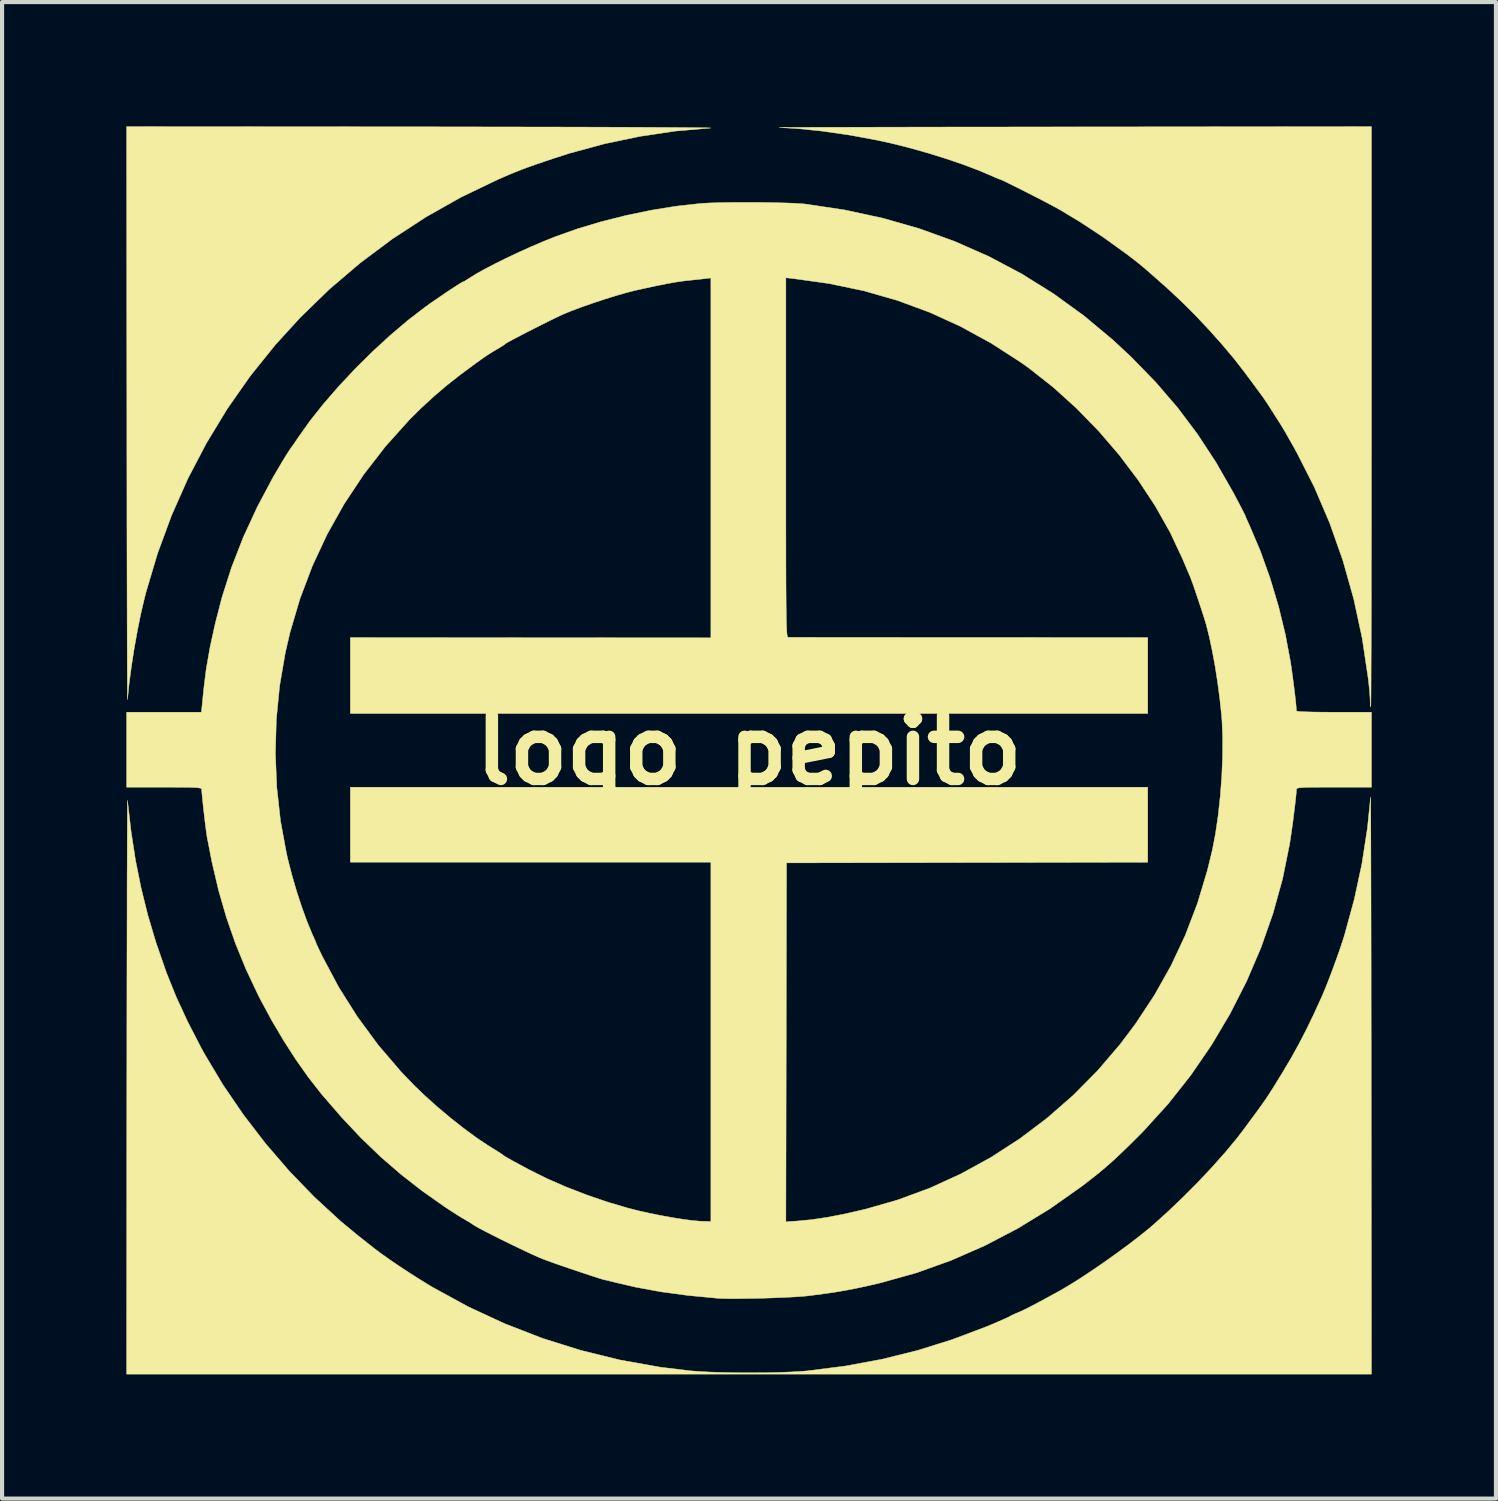
<source format=kicad_pcb>
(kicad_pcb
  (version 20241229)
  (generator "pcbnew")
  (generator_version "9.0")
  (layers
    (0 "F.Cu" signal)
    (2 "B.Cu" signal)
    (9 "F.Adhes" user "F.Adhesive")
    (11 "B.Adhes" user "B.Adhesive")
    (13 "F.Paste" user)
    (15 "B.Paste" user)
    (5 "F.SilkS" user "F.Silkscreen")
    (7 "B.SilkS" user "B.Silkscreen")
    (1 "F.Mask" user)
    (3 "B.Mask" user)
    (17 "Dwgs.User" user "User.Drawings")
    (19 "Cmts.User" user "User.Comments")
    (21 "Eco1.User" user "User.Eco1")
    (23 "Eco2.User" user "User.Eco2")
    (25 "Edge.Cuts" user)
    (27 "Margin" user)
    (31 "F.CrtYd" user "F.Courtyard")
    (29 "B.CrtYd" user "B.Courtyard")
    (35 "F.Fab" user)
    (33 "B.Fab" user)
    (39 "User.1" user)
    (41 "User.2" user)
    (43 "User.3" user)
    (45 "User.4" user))
  (footprint "logo pepito"
    (layer "F.Cu")
    (at 15.023 15.055)
    (property "Reference" "logo pepito" (at 0 0 0) (layer "F.SilkS") (effects (font (size 1.524 1.524) (thickness 0.3))))
    (attr through_hole)
    (fp_poly (pts (xy -7.755 -15.045) (xy -7.087 -15.044) (xy -6.439 -15.043) (xy -5.814 -15.042) (xy -5.215 -15.041) (xy -4.644 -15.04) (xy -4.104 -15.039) (xy -3.596 -15.037) (xy -3.125 -15.036) (xy -2.692 -15.034) (xy -2.3 -15.032) (xy -1.952 -15.03) (xy -1.65 -15.028) (xy -1.397 -15.026) (xy -1.195 -15.024) (xy -1.047 -15.022) (xy -0.955 -15.019) (xy -0.923 -15.017) (xy -0.937 -15.015) (xy -1.78 -14.942) (xy -2.636 -14.814) (xy -3.491 -14.635) (xy -4.33 -14.407) (xy -4.698 -14.289) (xy -4.958 -14.201) (xy -5.17 -14.129) (xy -5.347 -14.066) (xy -5.502 -14.008) (xy -5.648 -13.95) (xy -5.798 -13.888) (xy -5.963 -13.817) (xy -6.079 -13.766) (xy -6.951 -13.346) (xy -7.795 -12.87) (xy -8.607 -12.34) (xy -9.384 -11.759) (xy -10.123 -11.129) (xy -10.822 -10.451) (xy -11.435 -9.779) (xy -12.039 -9.027) (xy -12.591 -8.238) (xy -13.092 -7.413) (xy -13.54 -6.557) (xy -13.933 -5.67) (xy -14.27 -4.756) (xy -14.55 -3.817) (xy -14.589 -3.664) (xy -14.675 -3.299) (xy -14.757 -2.892) (xy -14.834 -2.465) (xy -14.901 -2.036) (xy -14.956 -1.625) (xy -14.994 -1.254) (xy -14.997 -1.222) (xy -14.998 -1.242) (xy -14.999 -1.321) (xy -15 -1.459) (xy -15.001 -1.652) (xy -15.002 -1.897) (xy -15.003 -2.192) (xy -15.004 -2.533) (xy -15.005 -2.918) (xy -15.006 -3.345) (xy -15.007 -3.81) (xy -15.008 -4.31) (xy -15.009 -4.843) (xy -15.01 -5.406) (xy -15.01 -5.996) (xy -15.011 -6.61) (xy -15.012 -7.246) (xy -15.012 -7.9) (xy -15.012 -8.072) (xy -15.018 -15.05) (xy -7.755 -15.045)) (stroke (width 0.01) (type solid)) (fill yes) (layer "F.SilkS"))
    (fp_poly (pts (xy 15.018 -8.049) (xy 15.018 -7.387) (xy 15.017 -6.742) (xy 15.017 -6.116) (xy 15.017 -5.514) (xy 15.016 -4.937) (xy 15.015 -4.389) (xy 15.015 -3.871) (xy 15.014 -3.388) (xy 15.013 -2.942) (xy 15.012 -2.536) (xy 15.01 -2.173) (xy 15.009 -1.855) (xy 15.008 -1.585) (xy 15.007 -1.367) (xy 15.005 -1.203) (xy 15.004 -1.097) (xy 15.002 -1.05) (xy 15.002 -1.048) (xy 14.993 -1.076) (xy 14.987 -1.149) (xy 14.986 -1.199) (xy 14.982 -1.291) (xy 14.971 -1.428) (xy 14.956 -1.588) (xy 14.94 -1.73) (xy 14.795 -2.7) (xy 14.591 -3.65) (xy 14.329 -4.579) (xy 14.011 -5.482) (xy 13.636 -6.359) (xy 13.206 -7.205) (xy 13.178 -7.256) (xy 13.082 -7.427) (xy 12.988 -7.591) (xy 12.905 -7.735) (xy 12.839 -7.845) (xy 12.811 -7.89) (xy 12.737 -8.005) (xy 12.651 -8.141) (xy 12.589 -8.239) (xy 12.507 -8.367) (xy 12.415 -8.502) (xy 12.353 -8.588) (xy 12.29 -8.674) (xy 12.2 -8.795) (xy 12.095 -8.938) (xy 11.984 -9.087) (xy 11.961 -9.118) (xy 11.709 -9.443) (xy 11.417 -9.79) (xy 11.1 -10.146) (xy 10.77 -10.496) (xy 10.44 -10.826) (xy 10.128 -11.117) (xy 9.924 -11.299) (xy 9.758 -11.446) (xy 9.621 -11.566) (xy 9.504 -11.666) (xy 9.397 -11.754) (xy 9.292 -11.837) (xy 9.179 -11.924) (xy 9.096 -11.986) (xy 8.538 -12.388) (xy 7.992 -12.748) (xy 7.509 -13.039) (xy 7.414 -13.092) (xy 7.283 -13.162) (xy 7.127 -13.244) (xy 6.954 -13.334) (xy 6.774 -13.426) (xy 6.595 -13.517) (xy 6.427 -13.601) (xy 6.28 -13.674) (xy 6.162 -13.732) (xy 6.082 -13.768) (xy 6.051 -13.78) (xy 6.016 -13.792) (xy 5.94 -13.823) (xy 5.867 -13.856) (xy 5.534 -13.997) (xy 5.152 -14.141) (xy 4.736 -14.282) (xy 4.301 -14.417) (xy 3.86 -14.541) (xy 3.429 -14.649) (xy 3.064 -14.728) (xy 2.399 -14.85) (xy 1.767 -14.941) (xy 1.176 -15.002) (xy 0.73 -15.028) (xy 0.739 -15.029) (xy 0.809 -15.03) (xy 0.937 -15.031) (xy 1.12 -15.032) (xy 1.357 -15.033) (xy 1.643 -15.034) (xy 1.976 -15.035) (xy 2.355 -15.035) (xy 2.775 -15.036) (xy 3.234 -15.037) (xy 3.73 -15.038) (xy 4.261 -15.039) (xy 4.822 -15.04) (xy 5.412 -15.041) (xy 6.027 -15.041) (xy 6.666 -15.042) (xy 7.326 -15.043) (xy 7.755 -15.043) (xy 15.018 -15.05) (xy 15.018 -8.049)) (stroke (width 0.01) (type solid)) (fill yes) (layer "F.SilkS"))
    (fp_poly (pts (xy 14.998 1.146) (xy 14.999 1.226) (xy 15 1.364) (xy 15.001 1.557) (xy 15.002 1.802) (xy 15.003 2.097) (xy 15.004 2.439) (xy 15.005 2.824) (xy 15.006 3.251) (xy 15.007 3.716) (xy 15.008 4.217) (xy 15.009 4.751) (xy 15.01 5.314) (xy 15.01 5.905) (xy 15.011 6.52) (xy 15.012 7.157) (xy 15.012 7.813) (xy 15.012 8.025) (xy 15.018 15.05) (xy -15.018 15.05) (xy -15.013 8.072) (xy -15.012 7.413) (xy -15.012 6.772) (xy -15.011 6.151) (xy -15.01 5.554) (xy -15.009 4.983) (xy -15.008 4.442) (xy -15.007 3.932) (xy -15.007 3.457) (xy -15.006 3.019) (xy -15.004 2.622) (xy -15.003 2.268) (xy -15.002 1.959) (xy -15.001 1.7) (xy -15 1.492) (xy -14.999 1.339) (xy -14.998 1.242) (xy -14.997 1.206) (xy -14.997 1.206) (xy -14.911 1.953) (xy -14.803 2.653) (xy -14.668 3.324) (xy -14.505 3.98) (xy -14.309 4.637) (xy -14.076 5.31) (xy -14.056 5.366) (xy -13.824 5.943) (xy -13.544 6.548) (xy -13.221 7.174) (xy -13.133 7.334) (xy -12.694 8.068) (xy -12.203 8.788) (xy -11.667 9.485) (xy -11.094 10.151) (xy -10.489 10.777) (xy -9.861 11.355) (xy -9.43 11.712) (xy -9.302 11.812) (xy -9.166 11.92) (xy -9.05 12.012) (xy -9.049 12.013) (xy -8.885 12.136) (xy -8.679 12.282) (xy -8.445 12.442) (xy -8.195 12.606) (xy -7.944 12.766) (xy -7.704 12.914) (xy -7.636 12.954) (xy -6.78 13.422) (xy -5.898 13.831) (xy -4.993 14.183) (xy -4.065 14.475) (xy -3.118 14.708) (xy -2.152 14.881) (xy -1.429 14.969) (xy -1.199 14.987) (xy -0.922 15.001) (xy -0.609 15.01) (xy -0.273 15.016) (xy 0.072 15.017) (xy 0.413 15.015) (xy 0.738 15.008) (xy 1.033 14.997) (xy 1.286 14.982) (xy 1.413 14.971) (xy 2.328 14.854) (xy 3.206 14.691) (xy 4.059 14.48) (xy 4.898 14.218) (xy 5.733 13.903) (xy 5.874 13.844) (xy 6.022 13.78) (xy 6.15 13.724) (xy 6.246 13.68) (xy 6.298 13.654) (xy 6.302 13.651) (xy 6.348 13.626) (xy 6.432 13.588) (xy 6.493 13.563) (xy 6.571 13.53) (xy 6.672 13.481) (xy 6.802 13.415) (xy 6.967 13.328) (xy 7.174 13.217) (xy 7.429 13.077) (xy 7.474 13.053) (xy 7.704 12.919) (xy 7.97 12.753) (xy 8.26 12.561) (xy 8.563 12.354) (xy 8.866 12.138) (xy 9.158 11.923) (xy 9.426 11.717) (xy 9.66 11.528) (xy 9.743 11.457) (xy 10.108 11.128) (xy 10.475 10.778) (xy 10.834 10.417) (xy 11.175 10.054) (xy 11.49 9.7) (xy 11.768 9.365) (xy 11.929 9.155) (xy 12.089 8.938) (xy 12.218 8.764) (xy 12.321 8.622) (xy 12.404 8.505) (xy 12.475 8.404) (xy 12.538 8.309) (xy 12.6 8.212) (xy 12.643 8.145) (xy 12.876 7.767) (xy 13.082 7.419) (xy 13.268 7.083) (xy 13.445 6.741) (xy 13.621 6.377) (xy 13.806 5.973) (xy 13.836 5.905) (xy 13.904 5.744) (xy 13.985 5.539) (xy 14.073 5.307) (xy 14.162 5.064) (xy 14.246 4.827) (xy 14.318 4.614) (xy 14.365 4.466) (xy 14.603 3.596) (xy 14.788 2.735) (xy 14.922 1.865) (xy 14.997 1.127) (xy 14.998 1.146)) (stroke (width 0.01) (type solid)) (fill yes) (layer "F.SilkS"))
    (fp_poly (pts (xy 0.086 -13.222) (xy 0.369 -13.22) (xy 0.641 -13.215) (xy 0.89 -13.208) (xy 1.107 -13.2) (xy 1.278 -13.189) (xy 1.365 -13.181) (xy 2.312 -13.039) (xy 3.227 -12.841) (xy 4.111 -12.588) (xy 4.964 -12.28) (xy 5.787 -11.917) (xy 6.579 -11.497) (xy 7.341 -11.022) (xy 8.074 -10.491) (xy 8.778 -9.904) (xy 9.229 -9.483) (xy 9.812 -8.883) (xy 10.34 -8.269) (xy 10.821 -7.629) (xy 11.264 -6.954) (xy 11.678 -6.23) (xy 11.695 -6.199) (xy 11.782 -6.034) (xy 11.858 -5.89) (xy 11.917 -5.775) (xy 11.956 -5.699) (xy 11.97 -5.669) (xy 11.982 -5.636) (xy 12.015 -5.56) (xy 12.062 -5.456) (xy 12.077 -5.424) (xy 12.338 -4.808) (xy 12.573 -4.151) (xy 12.777 -3.471) (xy 12.943 -2.786) (xy 13.066 -2.127) (xy 13.093 -1.945) (xy 13.12 -1.746) (xy 13.146 -1.544) (xy 13.17 -1.352) (xy 13.189 -1.182) (xy 13.202 -1.046) (xy 13.208 -0.959) (xy 13.208 -0.949) (xy 13.239 -0.942) (xy 13.325 -0.935) (xy 13.461 -0.929) (xy 13.638 -0.925) (xy 13.849 -0.922) (xy 14.087 -0.921) (xy 14.113 -0.921) (xy 15.018 -0.921) (xy 15.018 0.889) (xy 14.113 0.889) (xy 13.849 0.889) (xy 13.642 0.89) (xy 13.485 0.892) (xy 13.371 0.896) (xy 13.293 0.902) (xy 13.244 0.91) (xy 13.219 0.921) (xy 13.209 0.935) (xy 13.208 0.945) (xy 13.204 1.018) (xy 13.192 1.142) (xy 13.174 1.304) (xy 13.151 1.49) (xy 13.126 1.689) (xy 13.099 1.888) (xy 13.072 2.074) (xy 13.048 2.234) (xy 13.045 2.254) (xy 12.874 3.099) (xy 12.642 3.937) (xy 12.352 4.762) (xy 12.006 5.57) (xy 11.606 6.356) (xy 11.156 7.114) (xy 10.657 7.841) (xy 10.112 8.53) (xy 9.524 9.178) (xy 9.415 9.289) (xy 9.179 9.524) (xy 8.974 9.722) (xy 8.791 9.893) (xy 8.617 10.047) (xy 8.442 10.195) (xy 8.254 10.344) (xy 8.043 10.507) (xy 8.017 10.526) (xy 7.265 11.057) (xy 6.489 11.531) (xy 5.691 11.949) (xy 4.874 12.307) (xy 4.04 12.606) (xy 3.192 12.843) (xy 3.143 12.855) (xy 2.846 12.924) (xy 2.584 12.98) (xy 2.339 13.028) (xy 2.093 13.07) (xy 1.825 13.109) (xy 1.519 13.149) (xy 1.429 13.161) (xy 1.289 13.174) (xy 1.1 13.187) (xy 0.873 13.199) (xy 0.622 13.209) (xy 0.358 13.218) (xy 0.094 13.224) (xy -0.159 13.228) (xy -0.387 13.23) (xy -0.579 13.228) (xy -0.723 13.223) (xy -0.746 13.221) (xy -1.471 13.152) (xy -2.138 13.062) (xy -2.749 12.949) (xy -3.159 12.854) (xy -3.288 12.822) (xy -3.4 12.794) (xy -3.477 12.777) (xy -3.487 12.775) (xy -3.543 12.76) (xy -3.647 12.728) (xy -3.791 12.681) (xy -3.961 12.625) (xy -4.15 12.562) (xy -4.344 12.496) (xy -4.534 12.431) (xy -4.709 12.37) (xy -4.858 12.316) (xy -4.969 12.275) (xy -5.071 12.233) (xy -5.212 12.17) (xy -5.384 12.09) (xy -5.575 11.999) (xy -5.777 11.901) (xy -5.979 11.802) (xy -6.172 11.705) (xy -6.345 11.617) (xy -6.49 11.541) (xy -6.596 11.482) (xy -6.652 11.447) (xy -6.749 11.382) (xy -6.854 11.322) (xy -6.858 11.319) (xy -6.925 11.281) (xy -7.031 11.215) (xy -7.163 11.13) (xy -7.309 11.035) (xy -7.35 11.008) (xy -7.893 10.625) (xy -8.403 10.227) (xy -8.889 9.806) (xy -9.362 9.351) (xy -9.831 8.853) (xy -10.306 8.304) (xy -10.336 8.267) (xy -10.631 7.89) (xy -10.932 7.464) (xy -11.229 7.002) (xy -11.515 6.519) (xy -11.781 6.026) (xy -11.846 5.899) (xy -12.138 5.28) (xy -12.391 4.662) (xy -12.61 4.032) (xy -12.799 3.378) (xy -12.961 2.687) (xy -13.079 2.08) (xy -13.092 1.992) (xy -13.109 1.861) (xy -13.129 1.702) (xy -13.149 1.527) (xy -13.169 1.352) (xy -13.186 1.191) (xy -13.199 1.056) (xy -13.207 0.963) (xy -13.208 0.933) (xy -13.217 0.92) (xy -13.249 0.91) (xy -13.309 0.902) (xy -13.404 0.896) (xy -13.541 0.892) (xy -13.725 0.89) (xy -13.963 0.889) (xy -14.113 0.889) (xy -15.018 0.889) (xy -15.018 0.067) (xy -11.428 0.067) (xy -11.395 0.887) (xy -11.306 1.697) (xy -11.16 2.488) (xy -11.126 2.635) (xy -11.029 3.013) (xy -10.917 3.396) (xy -10.796 3.768) (xy -10.671 4.113) (xy -10.547 4.415) (xy -10.522 4.47) (xy -10.481 4.562) (xy -10.453 4.628) (xy -10.446 4.649) (xy -10.433 4.681) (xy -10.397 4.758) (xy -10.346 4.867) (xy -10.294 4.974) (xy -9.9 5.715) (xy -9.449 6.429) (xy -8.948 7.11) (xy -8.399 7.751) (xy -8.082 8.082) (xy -7.811 8.342) (xy -7.513 8.608) (xy -7.201 8.87) (xy -6.887 9.118) (xy -6.584 9.341) (xy -6.304 9.529) (xy -6.203 9.592) (xy -6.094 9.659) (xy -6.001 9.718) (xy -5.943 9.758) (xy -5.937 9.763) (xy -5.908 9.785) (xy -5.861 9.814) (xy -5.788 9.856) (xy -5.683 9.915) (xy -5.538 9.993) (xy -5.345 10.097) (xy -5.302 10.12) (xy -4.879 10.331) (xy -4.409 10.536) (xy -3.91 10.729) (xy -3.4 10.903) (xy -2.921 11.044) (xy -2.677 11.106) (xy -2.411 11.166) (xy -2.134 11.222) (xy -1.861 11.272) (xy -1.603 11.313) (xy -1.375 11.343) (xy -1.189 11.36) (xy -1.119 11.363) (xy -0.921 11.367) (xy -0.921 2.699) (xy -9.62 2.699) (xy -9.62 0.889) (xy 9.62 0.889) (xy 9.62 2.699) (xy 5.263 2.707) (xy 0.905 2.715) (xy 0.897 7.045) (xy 0.889 11.375) (xy 1.167 11.356) (xy 1.508 11.323) (xy 1.876 11.268) (xy 2.282 11.191) (xy 2.733 11.088) (xy 2.81 11.07) (xy 3.599 10.843) (xy 4.37 10.558) (xy 5.118 10.215) (xy 5.841 9.818) (xy 6.535 9.368) (xy 7.196 8.869) (xy 7.822 8.322) (xy 8.409 7.729) (xy 8.953 7.093) (xy 9.329 6.593) (xy 9.785 5.901) (xy 10.183 5.192) (xy 10.526 4.46) (xy 10.817 3.699) (xy 11.057 2.903) (xy 11.177 2.413) (xy 11.254 2.013) (xy 11.319 1.571) (xy 11.37 1.104) (xy 11.406 0.626) (xy 11.425 0.155) (xy 11.428 -0.295) (xy 11.412 -0.707) (xy 11.4 -0.857) (xy 11.359 -1.242) (xy 11.307 -1.633) (xy 11.247 -2.019) (xy 11.179 -2.388) (xy 11.108 -2.726) (xy 11.034 -3.022) (xy 10.984 -3.191) (xy 10.912 -3.412) (xy 10.841 -3.627) (xy 10.774 -3.825) (xy 10.715 -3.995) (xy 10.668 -4.126) (xy 10.636 -4.207) (xy 10.636 -4.207) (xy 10.599 -4.293) (xy 10.546 -4.417) (xy 10.487 -4.557) (xy 10.46 -4.62) (xy 10.16 -5.26) (xy 9.801 -5.896) (xy 9.39 -6.521) (xy 8.933 -7.126) (xy 8.435 -7.706) (xy 7.902 -8.253) (xy 7.34 -8.761) (xy 6.754 -9.223) (xy 6.566 -9.357) (xy 5.849 -9.82) (xy 5.113 -10.224) (xy 4.355 -10.57) (xy 3.573 -10.858) (xy 2.764 -11.089) (xy 1.926 -11.264) (xy 1.072 -11.383) (xy 0.889 -11.403) (xy 0.889 -7.067) (xy 0.889 -6.454) (xy 0.889 -5.902) (xy 0.889 -5.407) (xy 0.89 -4.967) (xy 0.89 -4.577) (xy 0.891 -4.235) (xy 0.892 -3.938) (xy 0.894 -3.683) (xy 0.896 -3.466) (xy 0.898 -3.284) (xy 0.901 -3.135) (xy 0.904 -3.015) (xy 0.908 -2.921) (xy 0.912 -2.85) (xy 0.917 -2.798) (xy 0.922 -2.764) (xy 0.929 -2.742) (xy 0.936 -2.732) (xy 0.943 -2.728) (xy 0.945 -2.728) (xy 0.982 -2.728) (xy 1.08 -2.727) (xy 1.234 -2.727) (xy 1.44 -2.727) (xy 1.695 -2.726) (xy 1.995 -2.726) (xy 2.336 -2.726) (xy 2.714 -2.725) (xy 3.126 -2.725) (xy 3.569 -2.725) (xy 4.038 -2.724) (xy 4.529 -2.724) (xy 5.04 -2.724) (xy 5.31 -2.724) (xy 9.62 -2.722) (xy 9.62 -0.889) (xy -9.62 -0.889) (xy -9.62 -1.805) (xy -9.62 -2.722) (xy -5.271 -2.718) (xy -0.921 -2.715) (xy -0.921 -11.399) (xy -1.04 -11.384) (xy -1.137 -11.373) (xy -1.265 -11.359) (xy -1.365 -11.349) (xy -1.551 -11.329) (xy -1.749 -11.301) (xy -1.97 -11.262) (xy -2.223 -11.212) (xy -2.519 -11.148) (xy -2.762 -11.094) (xy -2.971 -11.04) (xy -3.221 -10.968) (xy -3.496 -10.882) (xy -3.779 -10.788) (xy -4.052 -10.692) (xy -4.3 -10.599) (xy -4.461 -10.533) (xy -4.547 -10.494) (xy -4.67 -10.435) (xy -4.82 -10.362) (xy -4.988 -10.278) (xy -5.164 -10.189) (xy -5.34 -10.1) (xy -5.505 -10.015) (xy -5.65 -9.939) (xy -5.766 -9.877) (xy -5.844 -9.834) (xy -5.873 -9.815) (xy -5.906 -9.788) (xy -5.981 -9.739) (xy -6.083 -9.678) (xy -6.114 -9.659) (xy -6.199 -9.609) (xy -6.281 -9.558) (xy -6.368 -9.5) (xy -6.47 -9.429) (xy -6.594 -9.339) (xy -6.75 -9.224) (xy -6.945 -9.079) (xy -7.001 -9.037) (xy -7.298 -8.803) (xy -7.61 -8.536) (xy -7.916 -8.255) (xy -8.192 -7.981) (xy -8.772 -7.335) (xy -9.297 -6.657) (xy -9.766 -5.95) (xy -10.179 -5.214) (xy -10.536 -4.45) (xy -10.835 -3.659) (xy -11.076 -2.843) (xy -11.189 -2.357) (xy -11.325 -1.564) (xy -11.405 -0.753) (xy -11.428 0.067) (xy -15.018 0.067) (xy -15.018 -0.921) (xy -13.214 -0.921) (xy -13.195 -1.103) (xy -13.181 -1.246) (xy -13.165 -1.403) (xy -13.158 -1.476) (xy -13.098 -1.961) (xy -13.005 -2.491) (xy -12.881 -3.057) (xy -12.728 -3.652) (xy -12.715 -3.699) (xy -12.486 -4.416) (xy -12.202 -5.145) (xy -11.865 -5.874) (xy -11.481 -6.596) (xy -11.261 -6.969) (xy -11.184 -7.095) (xy -11.117 -7.2) (xy -11.07 -7.273) (xy -11.049 -7.303) (xy -11.024 -7.335) (xy -10.973 -7.407) (xy -10.907 -7.505) (xy -10.883 -7.541) (xy -10.599 -7.942) (xy -10.267 -8.361) (xy -9.897 -8.787) (xy -9.498 -9.212) (xy -9.08 -9.626) (xy -8.653 -10.018) (xy -8.226 -10.38) (xy -7.808 -10.701) (xy -7.668 -10.801) (xy -7.496 -10.919) (xy -7.332 -11.031) (xy -7.183 -11.13) (xy -7.058 -11.212) (xy -6.965 -11.27) (xy -6.913 -11.3) (xy -6.905 -11.303) (xy -6.868 -11.319) (xy -6.798 -11.362) (xy -6.742 -11.398) (xy -6.582 -11.498) (xy -6.374 -11.614) (xy -6.126 -11.743) (xy -5.851 -11.879) (xy -5.559 -12.017) (xy -5.259 -12.152) (xy -4.963 -12.279) (xy -4.683 -12.392) (xy -4.147 -12.582) (xy -3.568 -12.756) (xy -2.964 -12.908) (xy -2.354 -13.034) (xy -1.755 -13.131) (xy -1.186 -13.194) (xy -1.108 -13.2) (xy -0.936 -13.209) (xy -0.72 -13.216) (xy -0.47 -13.22) (xy -0.198 -13.222) (xy 0.086 -13.222)) (stroke (width 0.01) (type solid)) (fill yes) (layer "F.SilkS")))
  (gr_rect
    (start -3 -3)
    (end 33.045 33.109)
    (stroke (width 0.1) (type default))
    (fill no)
    (layer "Edge.Cuts")))
</source>
